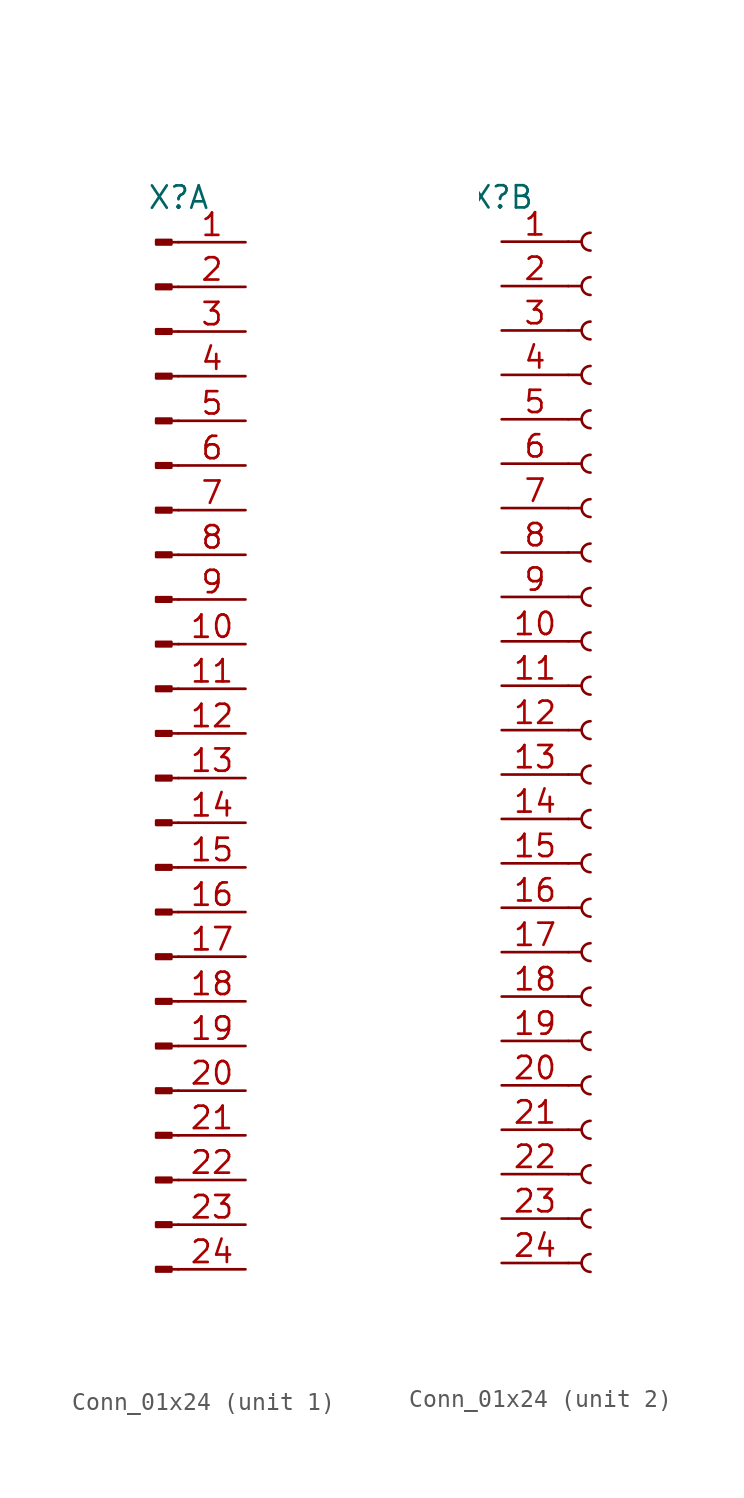
<source format=kicad_sym>
(kicad_symbol_lib
  (version 20241209)
  (generator "kicad_symbol_editor")
  (generator_version "9.0")
  (symbol "Conn_01x24"
    (pin_names
      (offset 1.016)
      (hide yes))
    (property "Reference" "X"
      (at 0 30.48 0)
      (effects (font (size 1.27 1.27))))
    (property "ki_locked" ""
      (at 0 0 0)
      (effects (font (size 1.27 1.27))))
    (symbol "Conn_01x24_1_1"
      (rectangle (start -0.406 28.067) (end -1.27 27.813) (stroke (width 0.152) (type default)) (fill (type outline)))
      (rectangle (start -0.406 25.527) (end -1.27 25.273) (stroke (width 0.152) (type default)) (fill (type outline)))
      (rectangle (start -0.406 22.987) (end -1.27 22.733) (stroke (width 0.152) (type default)) (fill (type outline)))
      (rectangle (start -0.406 20.447) (end -1.27 20.193) (stroke (width 0.152) (type default)) (fill (type outline)))
      (rectangle (start -0.406 17.907) (end -1.27 17.653) (stroke (width 0.152) (type default)) (fill (type outline)))
      (rectangle (start -0.406 15.367) (end -1.27 15.113) (stroke (width 0.152) (type default)) (fill (type outline)))
      (rectangle (start -0.406 12.827) (end -1.27 12.573) (stroke (width 0.152) (type default)) (fill (type outline)))
      (rectangle (start -0.406 10.287) (end -1.27 10.033) (stroke (width 0.152) (type default)) (fill (type outline)))
      (rectangle (start -0.406 7.747) (end -1.27 7.493) (stroke (width 0.152) (type default)) (fill (type outline)))
      (rectangle (start -0.406 5.207) (end -1.27 4.953) (stroke (width 0.152) (type default)) (fill (type outline)))
      (rectangle (start -0.406 2.667) (end -1.27 2.413) (stroke (width 0.152) (type default)) (fill (type outline)))
      (rectangle (start -0.406 0.127) (end -1.27 -0.127) (stroke (width 0.152) (type default)) (fill (type outline)))
      (rectangle (start -0.406 -2.413) (end -1.27 -2.667) (stroke (width 0.152) (type default)) (fill (type outline)))
      (rectangle (start -0.406 -4.953) (end -1.27 -5.207) (stroke (width 0.152) (type default)) (fill (type outline)))
      (rectangle (start -0.406 -7.493) (end -1.27 -7.747) (stroke (width 0.152) (type default)) (fill (type outline)))
      (rectangle (start -0.406 -10.033) (end -1.27 -10.287) (stroke (width 0.152) (type default)) (fill (type outline)))
      (rectangle (start -0.406 -12.573) (end -1.27 -12.827) (stroke (width 0.152) (type default)) (fill (type outline)))
      (rectangle (start -0.406 -15.113) (end -1.27 -15.367) (stroke (width 0.152) (type default)) (fill (type outline)))
      (rectangle (start -0.406 -17.653) (end -1.27 -17.907) (stroke (width 0.152) (type default)) (fill (type outline)))
      (rectangle (start -0.406 -20.193) (end -1.27 -20.447) (stroke (width 0.152) (type default)) (fill (type outline)))
      (rectangle (start -0.406 -22.733) (end -1.27 -22.987) (stroke (width 0.152) (type default)) (fill (type outline)))
      (rectangle (start -0.406 -25.273) (end -1.27 -25.527) (stroke (width 0.152) (type default)) (fill (type outline)))
      (rectangle (start -0.406 -27.813) (end -1.27 -28.067) (stroke (width 0.152) (type default)) (fill (type outline)))
      (rectangle (start -0.406 -30.353) (end -1.27 -30.607) (stroke (width 0.152) (type default)) (fill (type outline)))
      (polyline (pts (xy 0 27.94) (xy -0.406 27.94)) (stroke (width 0.152) (type default)) (fill (type none)))
      (polyline (pts (xy 0 25.4) (xy -0.406 25.4)) (stroke (width 0.152) (type default)) (fill (type none)))
      (polyline (pts (xy 0 22.86) (xy -0.406 22.86)) (stroke (width 0.152) (type default)) (fill (type none)))
      (polyline (pts (xy 0 20.32) (xy -0.406 20.32)) (stroke (width 0.152) (type default)) (fill (type none)))
      (polyline (pts (xy 0 17.78) (xy -0.406 17.78)) (stroke (width 0.152) (type default)) (fill (type none)))
      (polyline (pts (xy 0 15.24) (xy -0.406 15.24)) (stroke (width 0.152) (type default)) (fill (type none)))
      (polyline (pts (xy 0 12.7) (xy -0.406 12.7)) (stroke (width 0.152) (type default)) (fill (type none)))
      (polyline (pts (xy 0 10.16) (xy -0.406 10.16)) (stroke (width 0.152) (type default)) (fill (type none)))
      (polyline (pts (xy 0 7.62) (xy -0.406 7.62)) (stroke (width 0.152) (type default)) (fill (type none)))
      (polyline (pts (xy 0 5.08) (xy -0.406 5.08)) (stroke (width 0.152) (type default)) (fill (type none)))
      (polyline (pts (xy 0 2.54) (xy -0.406 2.54)) (stroke (width 0.152) (type default)) (fill (type none)))
      (polyline (pts (xy 0 0) (xy -0.406 0)) (stroke (width 0.152) (type default)) (fill (type none)))
      (polyline (pts (xy 0 -2.54) (xy -0.406 -2.54)) (stroke (width 0.152) (type default)) (fill (type none)))
      (polyline (pts (xy 0 -5.08) (xy -0.406 -5.08)) (stroke (width 0.152) (type default)) (fill (type none)))
      (polyline (pts (xy 0 -7.62) (xy -0.406 -7.62)) (stroke (width 0.152) (type default)) (fill (type none)))
      (polyline (pts (xy 0 -10.16) (xy -0.406 -10.16)) (stroke (width 0.152) (type default)) (fill (type none)))
      (polyline (pts (xy 0 -12.7) (xy -0.406 -12.7)) (stroke (width 0.152) (type default)) (fill (type none)))
      (polyline (pts (xy 0 -15.24) (xy -0.406 -15.24)) (stroke (width 0.152) (type default)) (fill (type none)))
      (polyline (pts (xy 0 -17.78) (xy -0.406 -17.78)) (stroke (width 0.152) (type default)) (fill (type none)))
      (polyline (pts (xy 0 -20.32) (xy -0.406 -20.32)) (stroke (width 0.152) (type default)) (fill (type none)))
      (polyline (pts (xy 0 -22.86) (xy -0.406 -22.86)) (stroke (width 0.152) (type default)) (fill (type none)))
      (polyline (pts (xy 0 -25.4) (xy -0.406 -25.4)) (stroke (width 0.152) (type default)) (fill (type none)))
      (polyline (pts (xy 0 -27.94) (xy -0.406 -27.94)) (stroke (width 0.152) (type default)) (fill (type none)))
      (polyline (pts (xy 0 -30.48) (xy -0.406 -30.48)) (stroke (width 0.152) (type default)) (fill (type none)))
      (pin passive line (at 3.81 27.94 180) (length 3.81) (name "Pin_1" (effects (font (size 1.27 1.27)))) (number "1" (effects (font (size 1.27 1.27)))))
      (pin passive line (at 3.81 25.4 180) (length 3.81) (name "Pin_2" (effects (font (size 1.27 1.27)))) (number "2" (effects (font (size 1.27 1.27)))))
      (pin passive line (at 3.81 22.86 180) (length 3.81) (name "Pin_3" (effects (font (size 1.27 1.27)))) (number "3" (effects (font (size 1.27 1.27)))))
      (pin passive line (at 3.81 20.32 180) (length 3.81) (name "Pin_4" (effects (font (size 1.27 1.27)))) (number "4" (effects (font (size 1.27 1.27)))))
      (pin passive line (at 3.81 17.78 180) (length 3.81) (name "Pin_5" (effects (font (size 1.27 1.27)))) (number "5" (effects (font (size 1.27 1.27)))))
      (pin passive line (at 3.81 15.24 180) (length 3.81) (name "Pin_6" (effects (font (size 1.27 1.27)))) (number "6" (effects (font (size 1.27 1.27)))))
      (pin passive line (at 3.81 12.7 180) (length 3.81) (name "Pin_7" (effects (font (size 1.27 1.27)))) (number "7" (effects (font (size 1.27 1.27)))))
      (pin passive line (at 3.81 10.16 180) (length 3.81) (name "Pin_8" (effects (font (size 1.27 1.27)))) (number "8" (effects (font (size 1.27 1.27)))))
      (pin passive line (at 3.81 7.62 180) (length 3.81) (name "Pin_9" (effects (font (size 1.27 1.27)))) (number "9" (effects (font (size 1.27 1.27)))))
      (pin passive line (at 3.81 5.08 180) (length 3.81) (name "Pin_10" (effects (font (size 1.27 1.27)))) (number "10" (effects (font (size 1.27 1.27)))))
      (pin passive line (at 3.81 2.54 180) (length 3.81) (name "Pin_11" (effects (font (size 1.27 1.27)))) (number "11" (effects (font (size 1.27 1.27)))))
      (pin passive line (at 3.81 0 180) (length 3.81) (name "Pin_12" (effects (font (size 1.27 1.27)))) (number "12" (effects (font (size 1.27 1.27)))))
      (pin passive line (at 3.81 -2.54 180) (length 3.81) (name "Pin_13" (effects (font (size 1.27 1.27)))) (number "13" (effects (font (size 1.27 1.27)))))
      (pin passive line (at 3.81 -5.08 180) (length 3.81) (name "Pin_14" (effects (font (size 1.27 1.27)))) (number "14" (effects (font (size 1.27 1.27)))))
      (pin passive line (at 3.81 -7.62 180) (length 3.81) (name "Pin_15" (effects (font (size 1.27 1.27)))) (number "15" (effects (font (size 1.27 1.27)))))
      (pin passive line (at 3.81 -10.16 180) (length 3.81) (name "Pin_16" (effects (font (size 1.27 1.27)))) (number "16" (effects (font (size 1.27 1.27)))))
      (pin passive line (at 3.81 -12.7 180) (length 3.81) (name "Pin_17" (effects (font (size 1.27 1.27)))) (number "17" (effects (font (size 1.27 1.27)))))
      (pin passive line (at 3.81 -15.24 180) (length 3.81) (name "Pin_18" (effects (font (size 1.27 1.27)))) (number "18" (effects (font (size 1.27 1.27)))))
      (pin passive line (at 3.81 -17.78 180) (length 3.81) (name "Pin_19" (effects (font (size 1.27 1.27)))) (number "19" (effects (font (size 1.27 1.27)))))
      (pin passive line (at 3.81 -20.32 180) (length 3.81) (name "Pin_20" (effects (font (size 1.27 1.27)))) (number "20" (effects (font (size 1.27 1.27)))))
      (pin passive line (at 3.81 -22.86 180) (length 3.81) (name "Pin_21" (effects (font (size 1.27 1.27)))) (number "21" (effects (font (size 1.27 1.27)))))
      (pin passive line (at 3.81 -25.4 180) (length 3.81) (name "Pin_22" (effects (font (size 1.27 1.27)))) (number "22" (effects (font (size 1.27 1.27)))))
      (pin passive line (at 3.81 -27.94 180) (length 3.81) (name "Pin_23" (effects (font (size 1.27 1.27)))) (number "23" (effects (font (size 1.27 1.27)))))
      (pin passive line (at 3.81 -30.48 180) (length 3.81) (name "Pin_24" (effects (font (size 1.27 1.27)))) (number "24" (effects (font (size 1.27 1.27))))))
    (symbol "Conn_01x24_2_1"
      (polyline (pts (xy 3.81 27.94) (xy 4.572 27.94)) (stroke (width 0.152) (type default)) (fill (type none)))
      (polyline (pts (xy 3.81 25.4) (xy 4.572 25.4)) (stroke (width 0.152) (type default)) (fill (type none)))
      (polyline (pts (xy 3.81 22.86) (xy 4.572 22.86)) (stroke (width 0.152) (type default)) (fill (type none)))
      (polyline (pts (xy 3.81 20.32) (xy 4.572 20.32)) (stroke (width 0.152) (type default)) (fill (type none)))
      (polyline (pts (xy 3.81 17.78) (xy 4.572 17.78)) (stroke (width 0.152) (type default)) (fill (type none)))
      (polyline (pts (xy 3.81 15.24) (xy 4.572 15.24)) (stroke (width 0.152) (type default)) (fill (type none)))
      (polyline (pts (xy 3.81 12.7) (xy 4.572 12.7)) (stroke (width 0.152) (type default)) (fill (type none)))
      (polyline (pts (xy 3.81 10.16) (xy 4.572 10.16)) (stroke (width 0.152) (type default)) (fill (type none)))
      (polyline (pts (xy 3.81 7.62) (xy 4.572 7.62)) (stroke (width 0.152) (type default)) (fill (type none)))
      (polyline (pts (xy 3.81 5.08) (xy 4.572 5.08)) (stroke (width 0.152) (type default)) (fill (type none)))
      (polyline (pts (xy 3.81 2.54) (xy 4.572 2.54)) (stroke (width 0.152) (type default)) (fill (type none)))
      (polyline (pts (xy 3.81 0) (xy 4.572 0)) (stroke (width 0.152) (type default)) (fill (type none)))
      (polyline (pts (xy 3.81 -2.54) (xy 4.572 -2.54)) (stroke (width 0.152) (type default)) (fill (type none)))
      (polyline (pts (xy 3.81 -5.08) (xy 4.572 -5.08)) (stroke (width 0.152) (type default)) (fill (type none)))
      (polyline (pts (xy 3.81 -7.62) (xy 4.572 -7.62)) (stroke (width 0.152) (type default)) (fill (type none)))
      (polyline (pts (xy 3.81 -10.16) (xy 4.572 -10.16)) (stroke (width 0.152) (type default)) (fill (type none)))
      (polyline (pts (xy 3.81 -12.7) (xy 4.572 -12.7)) (stroke (width 0.152) (type default)) (fill (type none)))
      (polyline (pts (xy 3.81 -15.24) (xy 4.572 -15.24)) (stroke (width 0.152) (type default)) (fill (type none)))
      (polyline (pts (xy 3.81 -17.78) (xy 4.572 -17.78)) (stroke (width 0.152) (type default)) (fill (type none)))
      (polyline (pts (xy 3.81 -20.32) (xy 4.572 -20.32)) (stroke (width 0.152) (type default)) (fill (type none)))
      (polyline (pts (xy 3.81 -22.86) (xy 4.572 -22.86)) (stroke (width 0.152) (type default)) (fill (type none)))
      (polyline (pts (xy 3.81 -25.4) (xy 4.572 -25.4)) (stroke (width 0.152) (type default)) (fill (type none)))
      (polyline (pts (xy 3.81 -27.94) (xy 4.572 -27.94)) (stroke (width 0.152) (type default)) (fill (type none)))
      (polyline (pts (xy 3.81 -30.48) (xy 4.572 -30.48)) (stroke (width 0.152) (type default)) (fill (type none)))
      (arc (start 5.08 27.432) (mid 4.5742 27.94) (end 5.08 28.448) (stroke (width 0.1524) (type default)) (fill (type none)))
      (arc (start 5.08 24.892) (mid 4.5742 25.4) (end 5.08 25.908) (stroke (width 0.1524) (type default)) (fill (type none)))
      (arc (start 5.08 22.352) (mid 4.5742 22.86) (end 5.08 23.368) (stroke (width 0.1524) (type default)) (fill (type none)))
      (arc (start 5.08 19.812) (mid 4.5742 20.32) (end 5.08 20.828) (stroke (width 0.1524) (type default)) (fill (type none)))
      (arc (start 5.08 17.272) (mid 4.5742 17.78) (end 5.08 18.288) (stroke (width 0.1524) (type default)) (fill (type none)))
      (arc (start 5.08 14.732) (mid 4.5742 15.24) (end 5.08 15.748) (stroke (width 0.1524) (type default)) (fill (type none)))
      (arc (start 5.08 12.192) (mid 4.5742 12.7) (end 5.08 13.208) (stroke (width 0.1524) (type default)) (fill (type none)))
      (arc (start 5.08 9.652) (mid 4.5742 10.16) (end 5.08 10.668) (stroke (width 0.1524) (type default)) (fill (type none)))
      (arc (start 5.08 7.112) (mid 4.5742 7.62) (end 5.08 8.128) (stroke (width 0.1524) (type default)) (fill (type none)))
      (arc (start 5.08 4.572) (mid 4.5742 5.08) (end 5.08 5.588) (stroke (width 0.1524) (type default)) (fill (type none)))
      (arc (start 5.08 2.032) (mid 4.5742 2.54) (end 5.08 3.048) (stroke (width 0.1524) (type default)) (fill (type none)))
      (arc (start 5.08 -0.508) (mid 4.5742 0) (end 5.08 0.508) (stroke (width 0.1524) (type default)) (fill (type none)))
      (arc (start 5.08 -3.048) (mid 4.5742 -2.54) (end 5.08 -2.032) (stroke (width 0.1524) (type default)) (fill (type none)))
      (arc (start 5.08 -5.588) (mid 4.5742 -5.08) (end 5.08 -4.572) (stroke (width 0.1524) (type default)) (fill (type none)))
      (arc (start 5.08 -8.128) (mid 4.5742 -7.62) (end 5.08 -7.112) (stroke (width 0.1524) (type default)) (fill (type none)))
      (arc (start 5.08 -10.668) (mid 4.5742 -10.16) (end 5.08 -9.652) (stroke (width 0.1524) (type default)) (fill (type none)))
      (arc (start 5.08 -13.208) (mid 4.5742 -12.7) (end 5.08 -12.192) (stroke (width 0.1524) (type default)) (fill (type none)))
      (arc (start 5.08 -15.748) (mid 4.5742 -15.24) (end 5.08 -14.732) (stroke (width 0.1524) (type default)) (fill (type none)))
      (arc (start 5.08 -18.288) (mid 4.5742 -17.78) (end 5.08 -17.272) (stroke (width 0.1524) (type default)) (fill (type none)))
      (arc (start 5.08 -20.828) (mid 4.5742 -20.32) (end 5.08 -19.812) (stroke (width 0.1524) (type default)) (fill (type none)))
      (arc (start 5.08 -23.368) (mid 4.5742 -22.86) (end 5.08 -22.352) (stroke (width 0.1524) (type default)) (fill (type none)))
      (arc (start 5.08 -25.908) (mid 4.5742 -25.4) (end 5.08 -24.892) (stroke (width 0.1524) (type default)) (fill (type none)))
      (arc (start 5.08 -28.448) (mid 4.5742 -27.94) (end 5.08 -27.432) (stroke (width 0.1524) (type default)) (fill (type none)))
      (arc (start 5.08 -30.988) (mid 4.5742 -30.48) (end 5.08 -29.972) (stroke (width 0.1524) (type default)) (fill (type none)))
      (pin passive line (at 0 27.94 0) (length 3.81) (name "Pin_1" (effects (font (size 1.27 1.27)))) (number "1" (effects (font (size 1.27 1.27)))))
      (pin passive line (at 0 25.4 0) (length 3.81) (name "Pin_2" (effects (font (size 1.27 1.27)))) (number "2" (effects (font (size 1.27 1.27)))))
      (pin passive line (at 0 22.86 0) (length 3.81) (name "Pin_3" (effects (font (size 1.27 1.27)))) (number "3" (effects (font (size 1.27 1.27)))))
      (pin passive line (at 0 20.32 0) (length 3.81) (name "Pin_4" (effects (font (size 1.27 1.27)))) (number "4" (effects (font (size 1.27 1.27)))))
      (pin passive line (at 0 17.78 0) (length 3.81) (name "Pin_5" (effects (font (size 1.27 1.27)))) (number "5" (effects (font (size 1.27 1.27)))))
      (pin passive line (at 0 15.24 0) (length 3.81) (name "Pin_6" (effects (font (size 1.27 1.27)))) (number "6" (effects (font (size 1.27 1.27)))))
      (pin passive line (at 0 12.7 0) (length 3.81) (name "Pin_7" (effects (font (size 1.27 1.27)))) (number "7" (effects (font (size 1.27 1.27)))))
      (pin passive line (at 0 10.16 0) (length 3.81) (name "Pin_8" (effects (font (size 1.27 1.27)))) (number "8" (effects (font (size 1.27 1.27)))))
      (pin passive line (at 0 7.62 0) (length 3.81) (name "Pin_9" (effects (font (size 1.27 1.27)))) (number "9" (effects (font (size 1.27 1.27)))))
      (pin passive line (at 0 5.08 0) (length 3.81) (name "Pin_10" (effects (font (size 1.27 1.27)))) (number "10" (effects (font (size 1.27 1.27)))))
      (pin passive line (at 0 2.54 0) (length 3.81) (name "Pin_11" (effects (font (size 1.27 1.27)))) (number "11" (effects (font (size 1.27 1.27)))))
      (pin passive line (at 0 0 0) (length 3.81) (name "Pin_12" (effects (font (size 1.27 1.27)))) (number "12" (effects (font (size 1.27 1.27)))))
      (pin passive line (at 0 -2.54 0) (length 3.81) (name "Pin_13" (effects (font (size 1.27 1.27)))) (number "13" (effects (font (size 1.27 1.27)))))
      (pin passive line (at 0 -5.08 0) (length 3.81) (name "Pin_14" (effects (font (size 1.27 1.27)))) (number "14" (effects (font (size 1.27 1.27)))))
      (pin passive line (at 0 -7.62 0) (length 3.81) (name "Pin_15" (effects (font (size 1.27 1.27)))) (number "15" (effects (font (size 1.27 1.27)))))
      (pin passive line (at 0 -10.16 0) (length 3.81) (name "Pin_16" (effects (font (size 1.27 1.27)))) (number "16" (effects (font (size 1.27 1.27)))))
      (pin passive line (at 0 -12.7 0) (length 3.81) (name "Pin_17" (effects (font (size 1.27 1.27)))) (number "17" (effects (font (size 1.27 1.27)))))
      (pin passive line (at 0 -15.24 0) (length 3.81) (name "Pin_18" (effects (font (size 1.27 1.27)))) (number "18" (effects (font (size 1.27 1.27)))))
      (pin passive line (at 0 -17.78 0) (length 3.81) (name "Pin_19" (effects (font (size 1.27 1.27)))) (number "19" (effects (font (size 1.27 1.27)))))
      (pin passive line (at 0 -20.32 0) (length 3.81) (name "Pin_20" (effects (font (size 1.27 1.27)))) (number "20" (effects (font (size 1.27 1.27)))))
      (pin passive line (at 0 -22.86 0) (length 3.81) (name "Pin_21" (effects (font (size 1.27 1.27)))) (number "21" (effects (font (size 1.27 1.27)))))
      (pin passive line (at 0 -25.4 0) (length 3.81) (name "Pin_22" (effects (font (size 1.27 1.27)))) (number "22" (effects (font (size 1.27 1.27)))))
      (pin passive line (at 0 -27.94 0) (length 3.81) (name "Pin_23" (effects (font (size 1.27 1.27)))) (number "23" (effects (font (size 1.27 1.27)))))
      (pin passive line (at 0 -30.48 0) (length 3.81) (name "Pin_24" (effects (font (size 1.27 1.27)))) (number "24" (effects (font (size 1.27 1.27))))))))
</source>
